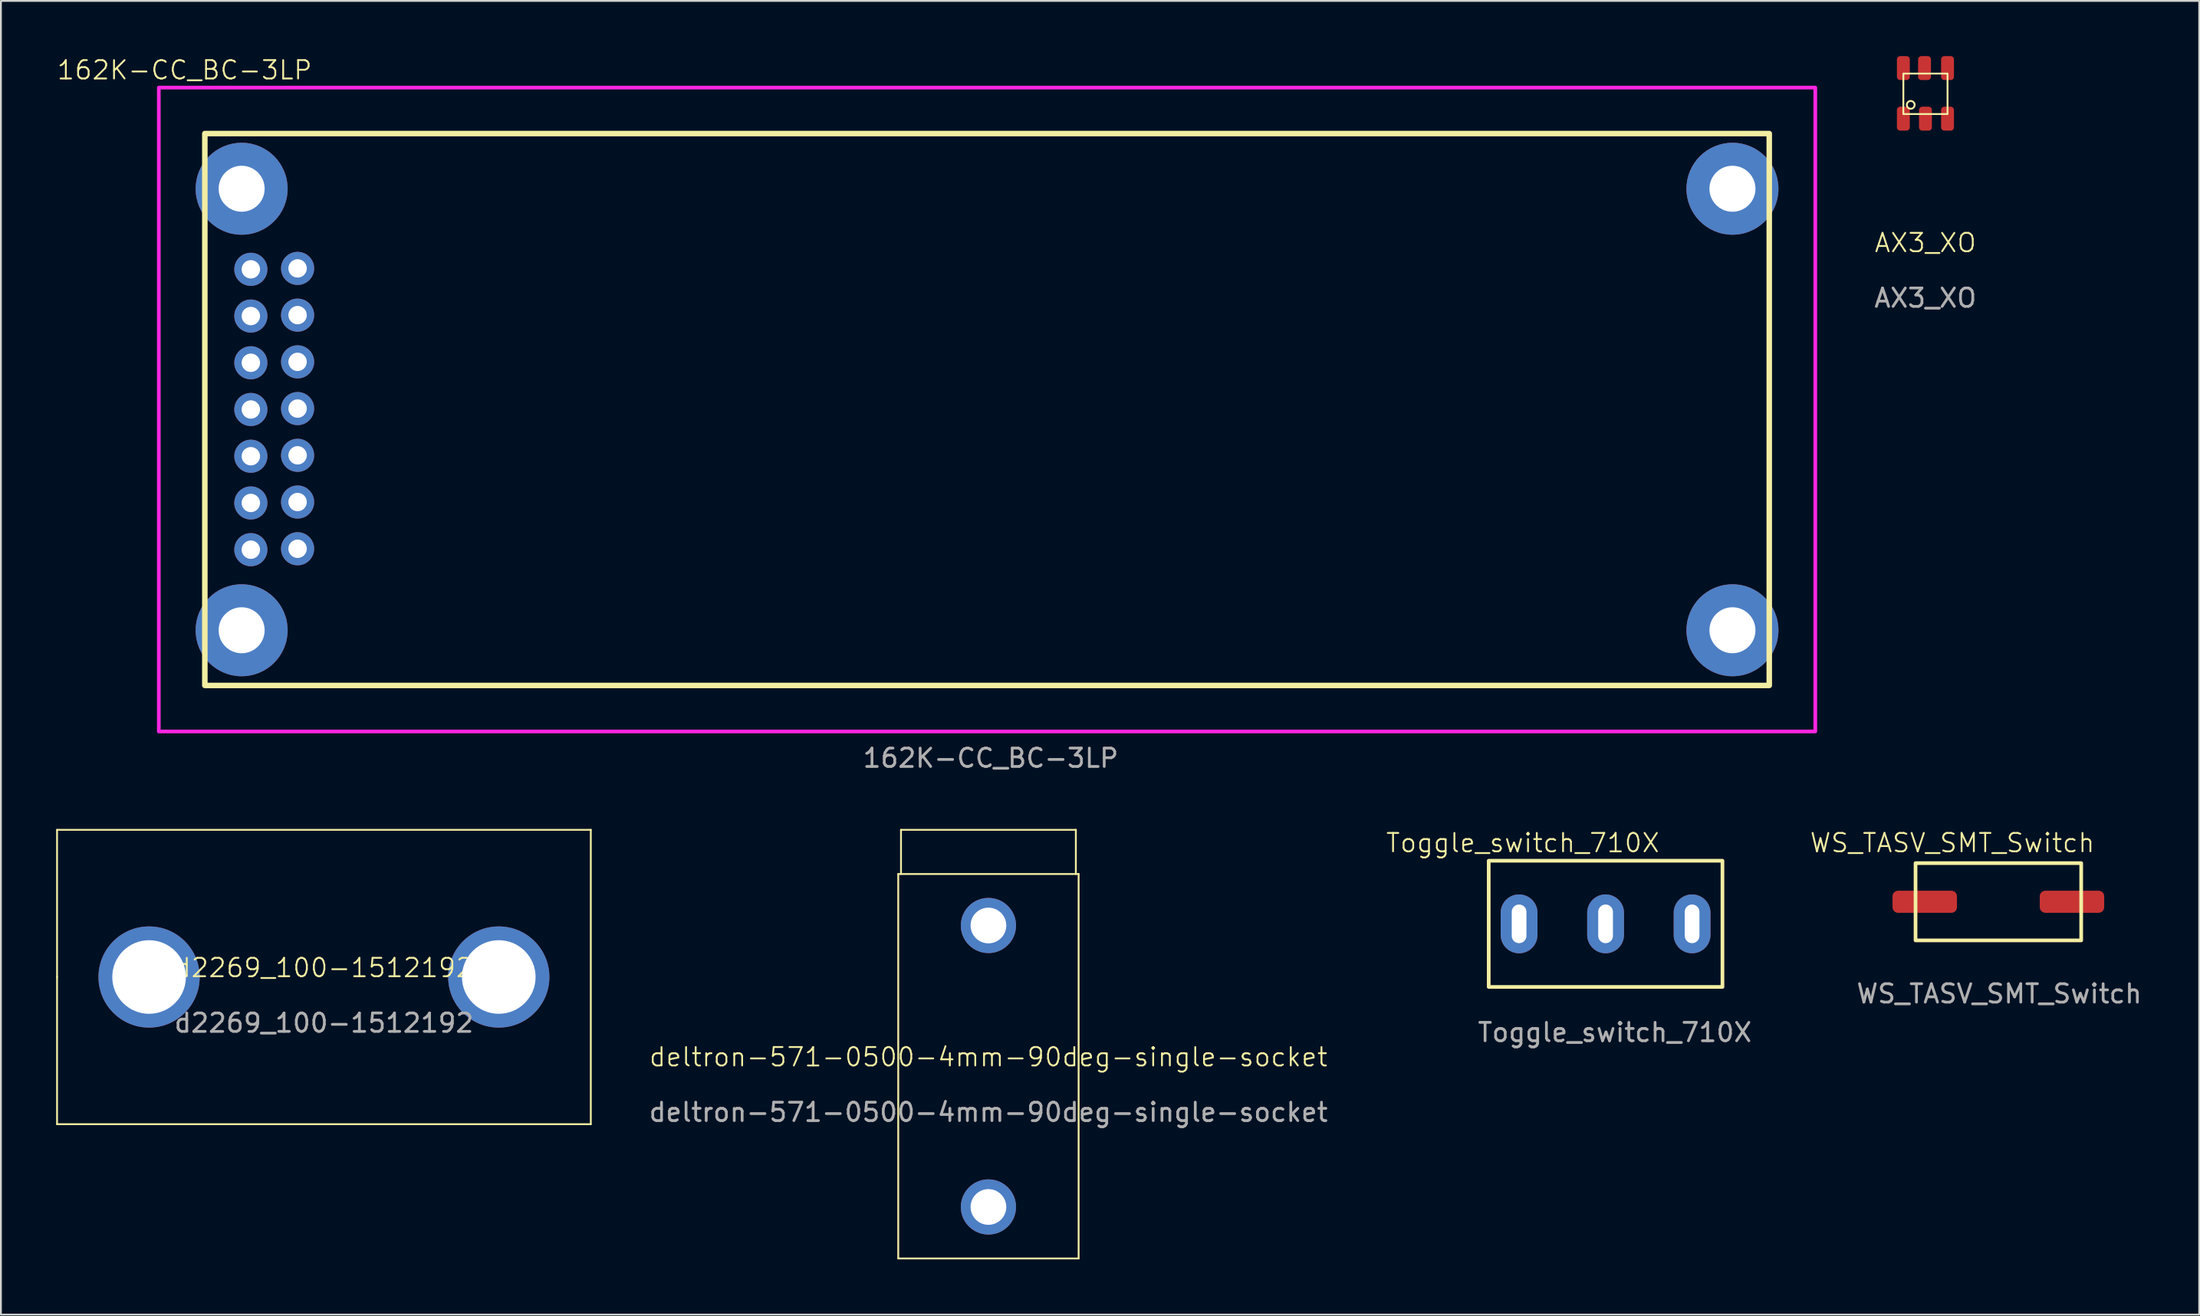
<source format=kicad_pcb>
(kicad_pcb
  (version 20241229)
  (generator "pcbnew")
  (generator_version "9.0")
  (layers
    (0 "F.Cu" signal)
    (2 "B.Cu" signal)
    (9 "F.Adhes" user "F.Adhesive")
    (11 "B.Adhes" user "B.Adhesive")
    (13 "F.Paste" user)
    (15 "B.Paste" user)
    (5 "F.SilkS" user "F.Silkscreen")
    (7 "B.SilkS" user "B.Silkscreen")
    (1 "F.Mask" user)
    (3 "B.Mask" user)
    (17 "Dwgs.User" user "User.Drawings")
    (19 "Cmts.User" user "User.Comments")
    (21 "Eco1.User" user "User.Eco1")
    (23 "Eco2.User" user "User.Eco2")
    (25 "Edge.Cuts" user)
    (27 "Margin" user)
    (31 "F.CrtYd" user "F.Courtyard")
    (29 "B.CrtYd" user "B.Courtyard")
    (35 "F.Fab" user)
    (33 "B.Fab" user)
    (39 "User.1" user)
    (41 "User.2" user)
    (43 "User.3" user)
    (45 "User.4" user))
  (footprint "162K-CC_BC-3LP"
    (layer "F.Cu")
    (at 50.579 19.21)
    (property "Reference" "162K-CC_BC-3LP" (at -43.6 -18.45 0) (unlocked yes) (layer "F.SilkS") (effects (font (size 1 1) (thickness 0.1))))
    (fp_rect (start -42.5 -15) (end 42.5 15) (stroke (width 0.3) (type default)) (fill no) (layer "F.SilkS"))
    (fp_rect (start -45 -17.5) (end 45 17.5) (stroke (width 0.2) (type default)) (fill no) (layer "F.CrtYd"))
    (fp_text user "${REFERENCE}" (at 0.2 18.95 0) (unlocked yes) (layer "F.Fab") (effects (font (size 1 1) (thickness 0.15))))
    (pad "0" thru_hole circle (at -40.5 -12) (size 5 5) (drill 2.5) (layers "*.Cu" "*.Mask"))
    (pad "0" thru_hole circle (at -40.5 12) (size 5 5) (drill 2.5) (layers "*.Cu" "*.Mask"))
    (pad "0" thru_hole circle (at 40.5 -12) (size 5 5) (drill 2.5) (layers "*.Cu" "*.Mask"))
    (pad "0" thru_hole circle (at 40.5 12) (size 5 5) (drill 2.5) (layers "*.Cu" "*.Mask"))
    (pad "1" thru_hole circle (at -37.46 7.57) (size 1.8 1.8) (drill 1) (layers "*.Cu" "*.Mask"))
    (pad "2" thru_hole circle (at -40 7.62) (size 1.8 1.8) (drill 1) (layers "*.Cu" "*.Mask"))
    (pad "3" thru_hole circle (at -37.46 5.03) (size 1.8 1.8) (drill 1) (layers "*.Cu" "*.Mask"))
    (pad "4" thru_hole circle (at -40 5.08) (size 1.8 1.8) (drill 1) (layers "*.Cu" "*.Mask"))
    (pad "5" thru_hole circle (at -37.46 2.49) (size 1.8 1.8) (drill 1) (layers "*.Cu" "*.Mask"))
    (pad "6" thru_hole circle (at -40 2.54) (size 1.8 1.8) (drill 1) (layers "*.Cu" "*.Mask"))
    (pad "7" thru_hole circle (at -37.46 -0.05) (size 1.8 1.8) (drill 1) (layers "*.Cu" "*.Mask"))
    (pad "8" thru_hole circle (at -40 0) (size 1.8 1.8) (drill 1) (layers "*.Cu" "*.Mask"))
    (pad "9" thru_hole circle (at -37.46 -2.59) (size 1.8 1.8) (drill 1) (layers "*.Cu" "*.Mask"))
    (pad "10" thru_hole circle (at -40 -2.54) (size 1.8 1.8) (drill 1) (layers "*.Cu" "*.Mask"))
    (pad "11" thru_hole circle (at -37.46 -5.13) (size 1.8 1.8) (drill 1) (layers "*.Cu" "*.Mask"))
    (pad "12" thru_hole circle (at -40 -5.08) (size 1.8 1.8) (drill 1) (layers "*.Cu" "*.Mask"))
    (pad "13" thru_hole circle (at -37.46 -7.67) (size 1.8 1.8) (drill 1) (layers "*.Cu" "*.Mask"))
    (pad "14" thru_hole circle (at -40 -7.62) (size 1.8 1.8) (drill 1) (layers "*.Cu" "*.Mask")))
  (footprint "deltron-571-0500-4mm-90deg-single-socket"
    (layer "F.Cu")
    (at 50.654 54.909)
    (property "Reference" "deltron-571-0500-4mm-90deg-single-socket" (at 0 -0.5 0) (unlocked yes) (layer "F.SilkS") (effects (font (size 1 1) (thickness 0.1))))
    (attr through_hole)
    (fp_line (start -4.9 -10.45) (end 4.9 -10.45) (stroke (width 0.1) (type default)) (layer "F.SilkS"))
    (fp_line (start -4.9 10.45) (end -4.9 -10.45) (stroke (width 0.1) (type default)) (layer "F.SilkS"))
    (fp_line (start -4.75 -12.85) (end -4.75 -10.45) (stroke (width 0.1) (type default)) (layer "F.SilkS"))
    (fp_line (start 4.75 -12.85) (end -4.75 -12.85) (stroke (width 0.1) (type default)) (layer "F.SilkS"))
    (fp_line (start 4.75 -10.45) (end 4.75 -12.85) (stroke (width 0.1) (type default)) (layer "F.SilkS"))
    (fp_line (start 4.9 -10.45) (end 4.9 10.45) (stroke (width 0.1) (type default)) (layer "F.SilkS"))
    (fp_line (start 4.9 10.45) (end -4.9 10.45) (stroke (width 0.1) (type default)) (layer "F.SilkS"))
    (fp_text user "${REFERENCE}" (at 0 2.5 0) (unlocked yes) (layer "F.Fab") (effects (font (size 1 1) (thickness 0.15))))
    (pad "1" thru_hole circle (at 0 -7.65) (size 3 3) (drill 1.94) (layers "*.Cu" "*.Mask"))
    (pad "1" thru_hole circle (at 0 7.65) (size 3 3) (drill 1.94) (layers "*.Cu" "*.Mask")))
  (footprint "d2269_100-1512192"
    (layer "F.Cu")
    (at 14.55 50.059)
    (property "Reference" "d2269_100-1512192" (at 0 -0.5 0) (unlocked yes) (layer "F.SilkS") (effects (font (size 1 1) (thickness 0.1))))
    (attr through_hole)
    (fp_line (start -14.5 -8) (end 14.5 -8) (stroke (width 0.1) (type default)) (layer "F.SilkS"))
    (fp_line (start -14.5 0) (end -14.5 -8) (stroke (width 0.1) (type default)) (layer "F.SilkS"))
    (fp_line (start -14.5 8) (end -14.5 0) (stroke (width 0.1) (type default)) (layer "F.SilkS"))
    (fp_line (start 14.5 -8) (end 14.5 8) (stroke (width 0.1) (type default)) (layer "F.SilkS"))
    (fp_line (start 14.5 8) (end -14.5 8) (stroke (width 0.1) (type default)) (layer "F.SilkS"))
    (fp_text user "${REFERENCE}" (at 0 2.5 0) (unlocked yes) (layer "F.Fab") (effects (font (size 1 1) (thickness 0.15))))
    (pad "1" thru_hole circle (at -9.5 0) (size 5.5 5.5) (drill 4) (layers "*.Cu" "*.Mask"))
    (pad "2" thru_hole circle (at 9.5 0) (size 5.5 5.5) (drill 4) (layers "*.Cu" "*.Mask")))
  (footprint "WS_TASV_SMT_Switch"
    (layer "F.Cu")
    (at 105.527 45.969)
    (property "Reference" "WS_TASV_SMT_Switch" (at -2.5 -3.2 0) (unlocked yes) (layer "F.SilkS") (effects (font (size 1 1) (thickness 0.1))))
    (attr smd)
    (fp_rect (start -4.5 -2.1) (end 4.5 2.1) (stroke (width 0.2) (type default)) (fill no) (layer "F.SilkS"))
    (fp_text user "${REFERENCE}" (at 0.05 5 0) (unlocked yes) (layer "F.Fab") (effects (font (size 1 1) (thickness 0.15))))
    (pad "1" smd roundrect (at -4 0) (size 3.5 1.2) (layers "F.Cu" "F.Mask" "F.Paste") (roundrect_rratio 0.25))
    (pad "2" smd roundrect (at 4 0) (size 3.5 1.2) (layers "F.Cu" "F.Mask" "F.Paste") (roundrect_rratio 0.25)))
  (footprint "AX3_XO"
    (layer "F.Cu")
    (at 101.565 1.95)
    (property "Reference" "AX3_XO" (at 0 8.2 0) (unlocked yes) (layer "F.SilkS") (effects (font (size 1 1) (thickness 0.1))))
    (attr smd)
    (fp_rect (start -1.2 1.2) (end 1.2 -1) (stroke (width 0.1) (type default)) (fill no) (layer "F.SilkS"))
    (fp_circle (center -0.8 0.7) (end -0.95 0.55) (stroke (width 0.1) (type default)) (fill no) (layer "F.SilkS"))
    (fp_text user "${REFERENCE}" (at 0 11.2 0) (unlocked yes) (layer "F.Fab") (effects (font (size 1 1) (thickness 0.15))))
    (pad "1" smd roundrect (at -1.2 1.45) (size 0.7 1.3) (layers "F.Cu" "F.Mask" "F.Paste") (roundrect_rratio 0.25))
    (pad "2" smd roundrect (at 0 1.45) (size 0.7 1.3) (layers "F.Cu" "F.Mask" "F.Paste") (roundrect_rratio 0.25))
    (pad "3" smd roundrect (at 1.2 1.45) (size 0.7 1.3) (layers "F.Cu" "F.Mask" "F.Paste") (roundrect_rratio 0.25))
    (pad "4" smd roundrect (at 1.2 -1.3) (size 0.7 1.3) (layers "F.Cu" "F.Mask" "F.Paste") (roundrect_rratio 0.25))
    (pad "5" smd roundrect (at -0.05 -1.3) (size 0.7 1.3) (layers "F.Cu" "F.Mask" "F.Paste") (roundrect_rratio 0.25))
    (pad "6" smd roundrect (at -1.2 -1.3) (size 0.7 1.3) (layers "F.Cu" "F.Mask" "F.Paste") (roundrect_rratio 0.25)))
  (footprint "Toggle_switch_710X"
    (layer "F.Cu")
    (at 84.186 47.169)
    (property "Reference" "Toggle_switch_710X" (at -4.5 -4.4 0) (unlocked yes) (layer "F.SilkS") (effects (font (size 1 1) (thickness 0.1))))
    (attr through_hole)
    (fp_rect (start -6.35 -3.43) (end 6.35 3.43) (stroke (width 0.2) (type default)) (fill no) (layer "F.SilkS"))
    (fp_text user "${REFERENCE}" (at 0.5 5.9 0) (unlocked yes) (layer "F.Fab") (effects (font (size 1 1) (thickness 0.15))))
    (pad "1" thru_hole oval (at -4.7 0) (size 2 3.2) (drill oval 0.8 2.1) (layers "*.Cu" "*.Mask"))
    (pad "2" thru_hole oval (at 0 0) (size 2 3.2) (drill oval 0.8 2.1) (layers "*.Cu" "*.Mask"))
    (pad "3" thru_hole oval (at 4.7 0) (size 2 3.2) (drill oval 0.8 2.1) (layers "*.Cu" "*.Mask")))
  (gr_rect
    (start -3 -3)
    (end 116.44 68.409)
    (stroke (width 0.1) (type default))
    (fill no)
    (layer "Edge.Cuts")))
</source>
